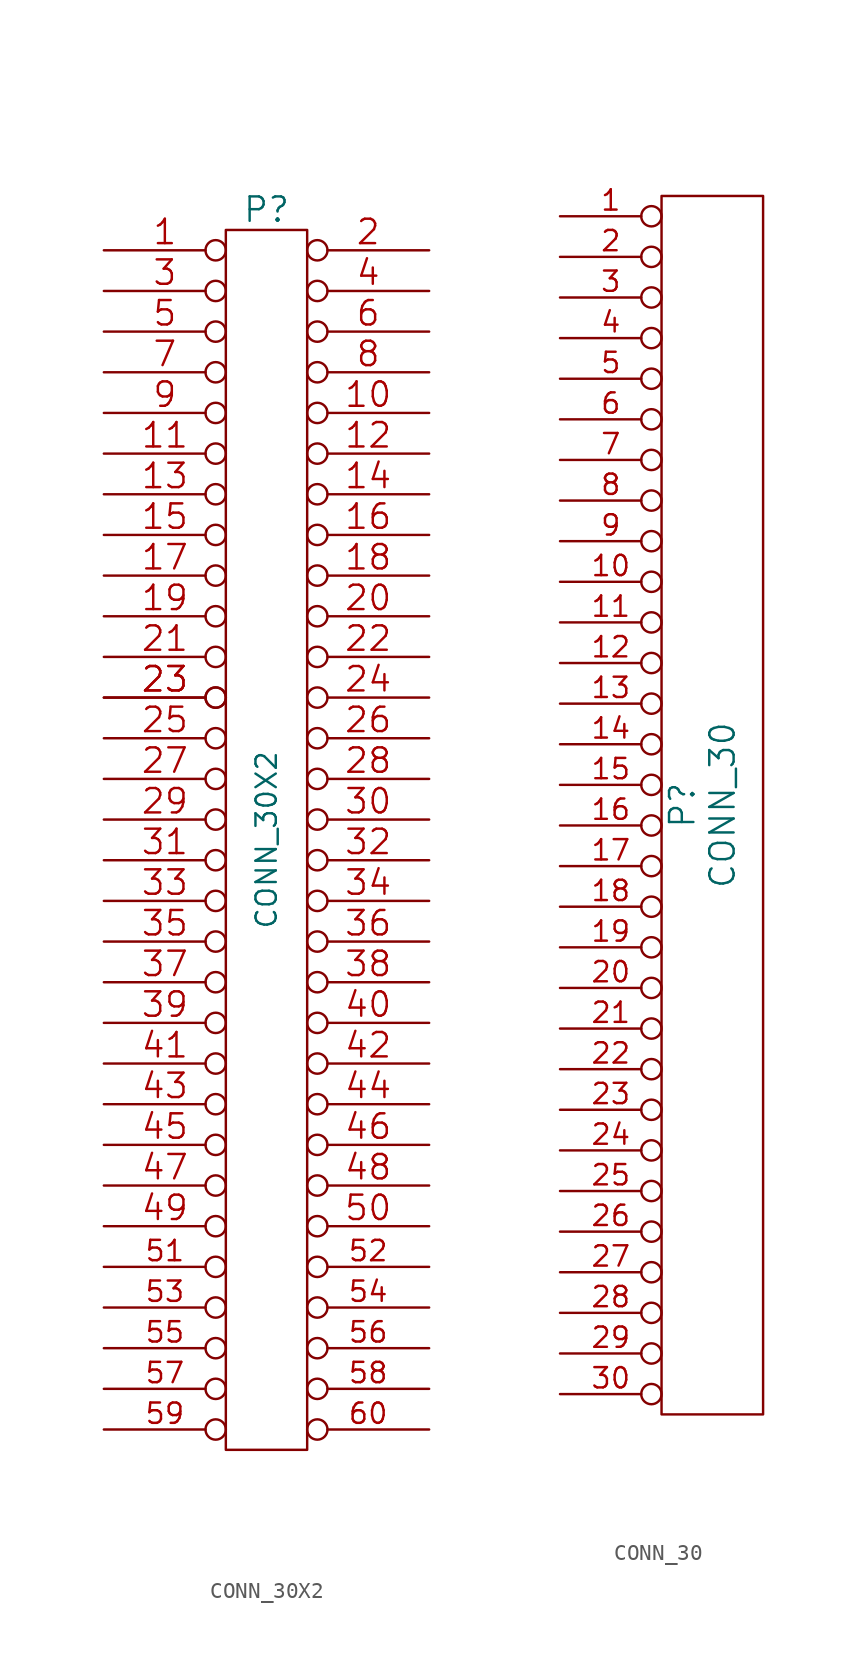
<source format=kicad_sym>
(kicad_symbol_lib
  (version 20220914)
  (generator kicad_symbol_editor)
  (symbol "CONN_30X2"
    (pin_names
      (offset 0.254) hide)
    (property "Reference" "P"
      (at 0 39.37 0)
      (effects (font (size 1.524 1.524))))
    (property "Value" "CONN_30X2"
      (at 0 0 90)
      (effects (font (size 1.27 1.27))))
    (property "Footprint" ""
      (at 0 0 0)
      (effects (font (size 1.524 1.524))))
    (property "Datasheet" ""
      (at 0 0 0)
      (effects (font (size 1.524 1.524))))
    (symbol "CONN_30X2_0_1"
      (rectangle (start -2.54 38.1) (end 2.54 -38.1) (stroke (width 0) (type default)) (fill (type none))))
    (symbol "CONN_30X2_1_1"
      (pin passive inverted (at -10.16 36.83 0) (length 7.62) (name "P1" (effects (font (size 0.762 0.762)))) (number "1" (effects (font (size 1.524 1.524)))))
      (pin passive inverted (at 10.16 26.67 180) (length 7.62) (name "P10" (effects (font (size 0.762 0.762)))) (number "10" (effects (font (size 1.524 1.524)))))
      (pin passive inverted (at -10.16 24.13 0) (length 7.62) (name "P11" (effects (font (size 0.762 0.762)))) (number "11" (effects (font (size 1.524 1.524)))))
      (pin passive inverted (at 10.16 24.13 180) (length 7.62) (name "P12" (effects (font (size 0.762 0.762)))) (number "12" (effects (font (size 1.524 1.524)))))
      (pin passive inverted (at -10.16 21.59 0) (length 7.62) (name "P13" (effects (font (size 0.762 0.762)))) (number "13" (effects (font (size 1.524 1.524)))))
      (pin passive inverted (at 10.16 21.59 180) (length 7.62) (name "P14" (effects (font (size 0.762 0.762)))) (number "14" (effects (font (size 1.524 1.524)))))
      (pin passive inverted (at -10.16 19.05 0) (length 7.62) (name "P15" (effects (font (size 0.762 0.762)))) (number "15" (effects (font (size 1.524 1.524)))))
      (pin passive inverted (at 10.16 19.05 180) (length 7.62) (name "P16" (effects (font (size 0.762 0.762)))) (number "16" (effects (font (size 1.524 1.524)))))
      (pin passive inverted (at -10.16 16.51 0) (length 7.62) (name "P17" (effects (font (size 0.762 0.762)))) (number "17" (effects (font (size 1.524 1.524)))))
      (pin passive inverted (at 10.16 16.51 180) (length 7.62) (name "P18" (effects (font (size 0.762 0.762)))) (number "18" (effects (font (size 1.524 1.524)))))
      (pin passive inverted (at -10.16 13.97 0) (length 7.62) (name "P19" (effects (font (size 0.762 0.762)))) (number "19" (effects (font (size 1.524 1.524)))))
      (pin passive inverted (at 10.16 36.83 180) (length 7.62) (name "P2" (effects (font (size 0.762 0.762)))) (number "2" (effects (font (size 1.524 1.524)))))
      (pin passive inverted (at 10.16 13.97 180) (length 7.62) (name "P20" (effects (font (size 0.762 0.762)))) (number "20" (effects (font (size 1.524 1.524)))))
      (pin passive inverted (at -10.16 11.43 0) (length 7.62) (name "P21" (effects (font (size 0.762 0.762)))) (number "21" (effects (font (size 1.524 1.524)))))
      (pin passive inverted (at 10.16 11.43 180) (length 7.62) (name "P22" (effects (font (size 0.762 0.762)))) (number "22" (effects (font (size 1.524 1.524)))))
      (pin passive inverted (at -10.16 8.89 0) (length 7.62) (name "P23" (effects (font (size 0.762 0.762)))) (number "23" (effects (font (size 1.524 1.524)))))
      (pin passive inverted (at -10.16 8.89 0) (length 7.62) (name "P23" (effects (font (size 0.762 0.762)))) (number "23" (effects (font (size 1.524 1.524)))))
      (pin passive inverted (at 10.16 8.89 180) (length 7.62) (name "P24" (effects (font (size 0.762 0.762)))) (number "24" (effects (font (size 1.524 1.524)))))
      (pin passive inverted (at -10.16 6.35 0) (length 7.62) (name "~" (effects (font (size 0.762 0.762)))) (number "25" (effects (font (size 1.524 1.524)))))
      (pin passive inverted (at 10.16 6.35 180) (length 7.62) (name "P26" (effects (font (size 0.762 0.762)))) (number "26" (effects (font (size 1.524 1.524)))))
      (pin passive inverted (at -10.16 3.81 0) (length 7.62) (name "P27" (effects (font (size 0.762 0.762)))) (number "27" (effects (font (size 1.524 1.524)))))
      (pin passive inverted (at 10.16 3.81 180) (length 7.62) (name "P28" (effects (font (size 0.762 0.762)))) (number "28" (effects (font (size 1.524 1.524)))))
      (pin passive inverted (at -10.16 1.27 0) (length 7.62) (name "P29" (effects (font (size 0.762 0.762)))) (number "29" (effects (font (size 1.524 1.524)))))
      (pin passive inverted (at -10.16 34.29 0) (length 7.62) (name "P3" (effects (font (size 0.762 0.762)))) (number "3" (effects (font (size 1.524 1.524)))))
      (pin passive inverted (at 10.16 1.27 180) (length 7.62) (name "P30" (effects (font (size 0.762 0.762)))) (number "30" (effects (font (size 1.524 1.524)))))
      (pin passive inverted (at -10.16 -1.27 0) (length 7.62) (name "P31" (effects (font (size 0.762 0.762)))) (number "31" (effects (font (size 1.524 1.524)))))
      (pin passive inverted (at 10.16 -1.27 180) (length 7.62) (name "P32" (effects (font (size 0.762 0.762)))) (number "32" (effects (font (size 1.524 1.524)))))
      (pin passive inverted (at -10.16 -3.81 0) (length 7.62) (name "P33" (effects (font (size 0.762 0.762)))) (number "33" (effects (font (size 1.524 1.524)))))
      (pin passive inverted (at 10.16 -3.81 180) (length 7.62) (name "P34" (effects (font (size 0.762 0.762)))) (number "34" (effects (font (size 1.524 1.524)))))
      (pin passive inverted (at -10.16 -6.35 0) (length 7.62) (name "P35" (effects (font (size 0.762 0.762)))) (number "35" (effects (font (size 1.524 1.524)))))
      (pin passive inverted (at 10.16 -6.35 180) (length 7.62) (name "P36" (effects (font (size 0.762 0.762)))) (number "36" (effects (font (size 1.524 1.524)))))
      (pin passive inverted (at -10.16 -8.89 0) (length 7.62) (name "P37" (effects (font (size 0.762 0.762)))) (number "37" (effects (font (size 1.524 1.524)))))
      (pin passive inverted (at 10.16 -8.89 180) (length 7.62) (name "P38" (effects (font (size 0.762 0.762)))) (number "38" (effects (font (size 1.524 1.524)))))
      (pin passive inverted (at -10.16 -11.43 0) (length 7.62) (name "P39" (effects (font (size 0.762 0.762)))) (number "39" (effects (font (size 1.524 1.524)))))
      (pin passive inverted (at 10.16 34.29 180) (length 7.62) (name "P4" (effects (font (size 0.762 0.762)))) (number "4" (effects (font (size 1.524 1.524)))))
      (pin passive inverted (at 10.16 -11.43 180) (length 7.62) (name "P40" (effects (font (size 0.762 0.762)))) (number "40" (effects (font (size 1.524 1.524)))))
      (pin passive inverted (at -10.16 -13.97 0) (length 7.62) (name "P41" (effects (font (size 0.762 0.762)))) (number "41" (effects (font (size 1.524 1.524)))))
      (pin passive inverted (at 10.16 -13.97 180) (length 7.62) (name "P42" (effects (font (size 0.762 0.762)))) (number "42" (effects (font (size 1.524 1.524)))))
      (pin passive inverted (at -10.16 -16.51 0) (length 7.62) (name "P43" (effects (font (size 0.762 0.762)))) (number "43" (effects (font (size 1.524 1.524)))))
      (pin passive inverted (at 10.16 -16.51 180) (length 7.62) (name "P44" (effects (font (size 0.762 0.762)))) (number "44" (effects (font (size 1.524 1.524)))))
      (pin passive inverted (at -10.16 -19.05 0) (length 7.62) (name "P45" (effects (font (size 0.762 0.762)))) (number "45" (effects (font (size 1.524 1.524)))))
      (pin passive inverted (at 10.16 -19.05 180) (length 7.62) (name "P46" (effects (font (size 0.762 0.762)))) (number "46" (effects (font (size 1.524 1.524)))))
      (pin passive inverted (at -10.16 -21.59 0) (length 7.62) (name "P47" (effects (font (size 0.762 0.762)))) (number "47" (effects (font (size 1.524 1.524)))))
      (pin passive inverted (at 10.16 -21.59 180) (length 7.62) (name "P48" (effects (font (size 0.762 0.762)))) (number "48" (effects (font (size 1.524 1.524)))))
      (pin passive inverted (at -10.16 -24.13 0) (length 7.62) (name "P49" (effects (font (size 0.762 0.762)))) (number "49" (effects (font (size 1.524 1.524)))))
      (pin passive inverted (at -10.16 31.75 0) (length 7.62) (name "P5" (effects (font (size 0.762 0.762)))) (number "5" (effects (font (size 1.524 1.524)))))
      (pin passive inverted (at 10.16 -24.13 180) (length 7.62) (name "P50" (effects (font (size 0.762 0.762)))) (number "50" (effects (font (size 1.524 1.524)))))
      (pin passive inverted (at -10.16 -26.67 0) (length 7.62) (name "P51" (effects (font (size 1.27 1.27)))) (number "51" (effects (font (size 1.27 1.27)))))
      (pin passive inverted (at 10.16 -26.67 180) (length 7.62) (name "P52" (effects (font (size 1.27 1.27)))) (number "52" (effects (font (size 1.27 1.27)))))
      (pin passive inverted (at -10.16 -29.21 0) (length 7.62) (name "P53" (effects (font (size 1.27 1.27)))) (number "53" (effects (font (size 1.27 1.27)))))
      (pin passive inverted (at 10.16 -29.21 180) (length 7.62) (name "P54" (effects (font (size 1.27 1.27)))) (number "54" (effects (font (size 1.27 1.27)))))
      (pin passive inverted (at -10.16 -31.75 0) (length 7.62) (name "P55" (effects (font (size 1.27 1.27)))) (number "55" (effects (font (size 1.27 1.27)))))
      (pin passive inverted (at 10.16 -31.75 180) (length 7.62) (name "P56" (effects (font (size 1.27 1.27)))) (number "56" (effects (font (size 1.27 1.27)))))
      (pin passive inverted (at -10.16 -34.29 0) (length 7.62) (name "P57" (effects (font (size 1.27 1.27)))) (number "57" (effects (font (size 1.27 1.27)))))
      (pin passive inverted (at 10.16 -34.29 180) (length 7.62) (name "P58" (effects (font (size 1.27 1.27)))) (number "58" (effects (font (size 1.27 1.27)))))
      (pin passive inverted (at -10.16 -36.83 0) (length 7.62) (name "P59" (effects (font (size 1.27 1.27)))) (number "59" (effects (font (size 1.27 1.27)))))
      (pin passive inverted (at 10.16 31.75 180) (length 7.62) (name "P6" (effects (font (size 0.762 0.762)))) (number "6" (effects (font (size 1.524 1.524)))))
      (pin passive inverted (at 10.16 -36.83 180) (length 7.62) (name "P60" (effects (font (size 1.27 1.27)))) (number "60" (effects (font (size 1.27 1.27)))))
      (pin passive inverted (at -10.16 29.21 0) (length 7.62) (name "P7" (effects (font (size 0.762 0.762)))) (number "7" (effects (font (size 1.524 1.524)))))
      (pin passive inverted (at 10.16 29.21 180) (length 7.62) (name "P8" (effects (font (size 0.762 0.762)))) (number "8" (effects (font (size 1.524 1.524)))))
      (pin passive inverted (at -10.16 26.67 0) (length 7.62) (name "P9" (effects (font (size 0.762 0.762)))) (number "9" (effects (font (size 1.524 1.524)))))))
  (symbol "CONN_30"
    (pin_names
      (offset 1.016) hide)
    (property "Reference" "P"
      (at -1.245 0 90)
      (effects (font (size 1.524 1.524))))
    (property "Value" "CONN_30"
      (at 1.27 0 90)
      (effects (font (size 1.524 1.524))))
    (property "Footprint" ""
      (at 0 0 0)
      (effects (font (size 1.524 1.524))))
    (property "Datasheet" ""
      (at 0 0 0)
      (effects (font (size 1.524 1.524))))
    (symbol "CONN_30_0_1"
      (rectangle (start -2.54 38.1) (end 3.81 -38.1) (stroke (width 0) (type default)) (fill (type none))))
    (symbol "CONN_30_1_1"
      (pin passive inverted (at -8.89 36.83 0) (length 6.35) (name "P1" (effects (font (size 1.27 1.27)))) (number "1" (effects (font (size 1.27 1.27)))))
      (pin passive inverted (at -8.89 13.97 0) (length 6.35) (name "P10" (effects (font (size 1.27 1.27)))) (number "10" (effects (font (size 1.27 1.27)))))
      (pin passive inverted (at -8.89 11.43 0) (length 6.35) (name "P11" (effects (font (size 1.27 1.27)))) (number "11" (effects (font (size 1.27 1.27)))))
      (pin passive inverted (at -8.89 8.89 0) (length 6.35) (name "P12" (effects (font (size 1.27 1.27)))) (number "12" (effects (font (size 1.27 1.27)))))
      (pin passive inverted (at -8.89 6.35 0) (length 6.35) (name "P13" (effects (font (size 1.27 1.27)))) (number "13" (effects (font (size 1.27 1.27)))))
      (pin passive inverted (at -8.89 3.81 0) (length 6.35) (name "P14" (effects (font (size 1.27 1.27)))) (number "14" (effects (font (size 1.27 1.27)))))
      (pin passive inverted (at -8.89 1.27 0) (length 6.35) (name "P15" (effects (font (size 1.27 1.27)))) (number "15" (effects (font (size 1.27 1.27)))))
      (pin passive inverted (at -8.89 -1.27 0) (length 6.35) (name "P16" (effects (font (size 1.27 1.27)))) (number "16" (effects (font (size 1.27 1.27)))))
      (pin passive inverted (at -8.89 -3.81 0) (length 6.35) (name "P17" (effects (font (size 1.27 1.27)))) (number "17" (effects (font (size 1.27 1.27)))))
      (pin passive inverted (at -8.89 -6.35 0) (length 6.35) (name "P18" (effects (font (size 1.27 1.27)))) (number "18" (effects (font (size 1.27 1.27)))))
      (pin passive inverted (at -8.89 -8.89 0) (length 6.35) (name "P19" (effects (font (size 1.27 1.27)))) (number "19" (effects (font (size 1.27 1.27)))))
      (pin passive inverted (at -8.89 34.29 0) (length 6.35) (name "P2" (effects (font (size 1.27 1.27)))) (number "2" (effects (font (size 1.27 1.27)))))
      (pin passive inverted (at -8.89 -11.43 0) (length 6.35) (name "P20" (effects (font (size 1.27 1.27)))) (number "20" (effects (font (size 1.27 1.27)))))
      (pin passive inverted (at -8.89 -13.97 0) (length 6.35) (name "P21" (effects (font (size 1.27 1.27)))) (number "21" (effects (font (size 1.27 1.27)))))
      (pin passive inverted (at -8.89 -16.51 0) (length 6.35) (name "P22" (effects (font (size 1.27 1.27)))) (number "22" (effects (font (size 1.27 1.27)))))
      (pin passive inverted (at -8.89 -19.05 0) (length 6.35) (name "P23" (effects (font (size 1.27 1.27)))) (number "23" (effects (font (size 1.27 1.27)))))
      (pin passive inverted (at -8.89 -21.59 0) (length 6.35) (name "P24" (effects (font (size 1.27 1.27)))) (number "24" (effects (font (size 1.27 1.27)))))
      (pin passive inverted (at -8.89 -24.13 0) (length 6.35) (name "P25" (effects (font (size 1.27 1.27)))) (number "25" (effects (font (size 1.27 1.27)))))
      (pin passive inverted (at -8.89 -26.67 0) (length 6.35) (name "P26" (effects (font (size 1.27 1.27)))) (number "26" (effects (font (size 1.27 1.27)))))
      (pin passive inverted (at -8.89 -29.21 0) (length 6.35) (name "P27" (effects (font (size 1.27 1.27)))) (number "27" (effects (font (size 1.27 1.27)))))
      (pin passive inverted (at -8.89 -31.75 0) (length 6.35) (name "P28" (effects (font (size 1.27 1.27)))) (number "28" (effects (font (size 1.27 1.27)))))
      (pin passive inverted (at -8.89 -34.29 0) (length 6.35) (name "P29" (effects (font (size 1.27 1.27)))) (number "29" (effects (font (size 1.27 1.27)))))
      (pin passive inverted (at -8.89 31.75 0) (length 6.35) (name "P3" (effects (font (size 1.27 1.27)))) (number "3" (effects (font (size 1.27 1.27)))))
      (pin passive inverted (at -8.89 -36.83 0) (length 6.35) (name "P30" (effects (font (size 1.27 1.27)))) (number "30" (effects (font (size 1.27 1.27)))))
      (pin passive inverted (at -8.89 29.21 0) (length 6.35) (name "P4" (effects (font (size 1.27 1.27)))) (number "4" (effects (font (size 1.27 1.27)))))
      (pin passive inverted (at -8.89 26.67 0) (length 6.35) (name "P5" (effects (font (size 1.27 1.27)))) (number "5" (effects (font (size 1.27 1.27)))))
      (pin passive inverted (at -8.89 24.13 0) (length 6.35) (name "P6" (effects (font (size 1.27 1.27)))) (number "6" (effects (font (size 1.27 1.27)))))
      (pin passive inverted (at -8.89 21.59 0) (length 6.35) (name "P7" (effects (font (size 1.27 1.27)))) (number "7" (effects (font (size 1.27 1.27)))))
      (pin passive inverted (at -8.89 19.05 0) (length 6.35) (name "P8" (effects (font (size 1.27 1.27)))) (number "8" (effects (font (size 1.27 1.27)))))
      (pin passive inverted (at -8.89 16.51 0) (length 6.35) (name "P9" (effects (font (size 1.27 1.27)))) (number "9" (effects (font (size 1.27 1.27))))))))
</source>
